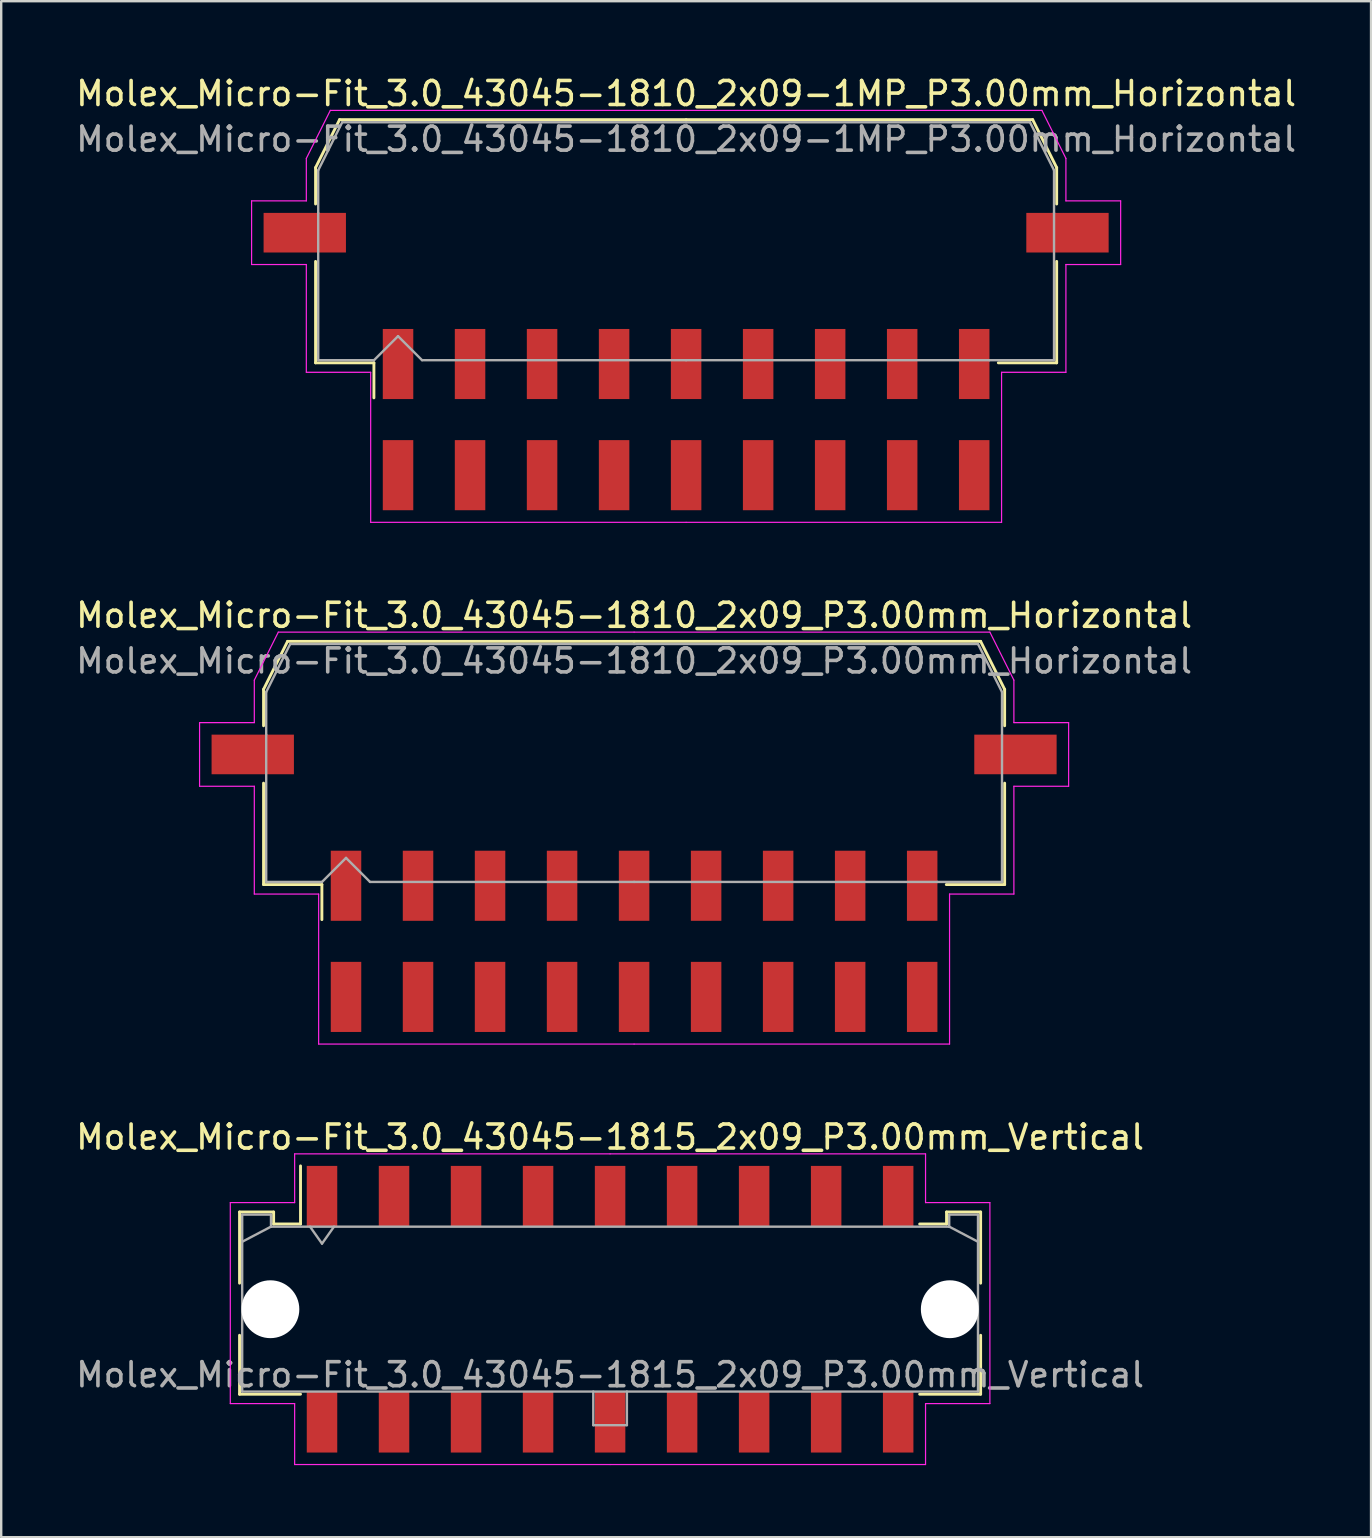
<source format=kicad_pcb>
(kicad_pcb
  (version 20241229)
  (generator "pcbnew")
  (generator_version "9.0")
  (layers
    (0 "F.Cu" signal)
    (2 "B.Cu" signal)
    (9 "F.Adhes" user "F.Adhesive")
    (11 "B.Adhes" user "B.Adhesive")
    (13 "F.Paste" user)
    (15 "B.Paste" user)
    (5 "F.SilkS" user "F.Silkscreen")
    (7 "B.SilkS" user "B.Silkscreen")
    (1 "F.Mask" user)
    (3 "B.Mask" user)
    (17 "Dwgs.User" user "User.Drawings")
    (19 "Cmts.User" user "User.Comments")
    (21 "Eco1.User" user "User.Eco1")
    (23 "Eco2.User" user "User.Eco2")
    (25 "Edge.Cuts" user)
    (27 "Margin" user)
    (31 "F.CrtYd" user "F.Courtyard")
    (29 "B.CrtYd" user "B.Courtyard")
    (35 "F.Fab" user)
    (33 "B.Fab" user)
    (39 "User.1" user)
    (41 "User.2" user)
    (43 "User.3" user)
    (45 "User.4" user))
  (footprint "Molex_Micro-Fit_3.0_43045-1810_2x09-1MP_P3.00mm_Horizontal"
    (layer "F.Cu")
    (at 25.53 14.428)
    (property "Reference" "Molex_Micro-Fit_3.0_43045-1810_2x09-1MP_P3.00mm_Horizontal" (at 0 -13.58 0) (layer "F.SilkS") (effects (font (size 1 1) (thickness 0.15))))
    (attr smd)
    (fp_line (start -15.435 -10.495) (end -15.435 -8.98) (stroke (width 0.12) (type solid)) (layer "F.SilkS"))
    (fp_line (start -15.435 -6.59) (end -15.435 -2.365) (stroke (width 0.12) (type solid)) (layer "F.SilkS"))
    (fp_line (start -15.435 -2.365) (end -13.005 -2.365) (stroke (width 0.12) (type solid)) (layer "F.SilkS"))
    (fp_line (start -14.435 -12.495) (end -15.435 -10.495) (stroke (width 0.12) (type solid)) (layer "F.SilkS"))
    (fp_line (start -13.005 -2.365) (end -13.005 -0.905) (stroke (width 0.12) (type solid)) (layer "F.SilkS"))
    (fp_line (start 0 -12.495) (end -14.435 -12.495) (stroke (width 0.12) (type solid)) (layer "F.SilkS"))
    (fp_line (start 0 -12.495) (end 14.435 -12.495) (stroke (width 0.12) (type solid)) (layer "F.SilkS"))
    (fp_line (start 14.435 -12.495) (end 15.435 -10.495) (stroke (width 0.12) (type solid)) (layer "F.SilkS"))
    (fp_line (start 15.435 -10.495) (end 15.435 -8.98) (stroke (width 0.12) (type solid)) (layer "F.SilkS"))
    (fp_line (start 15.435 -6.59) (end 15.435 -2.365) (stroke (width 0.12) (type solid)) (layer "F.SilkS"))
    (fp_line (start 15.435 -2.365) (end 13.005 -2.365) (stroke (width 0.12) (type solid)) (layer "F.SilkS"))
    (fp_line (start -18.1 -9.11) (end -18.1 -6.46) (stroke (width 0.05) (type solid)) (layer "F.CrtYd"))
    (fp_line (start -18.1 -6.46) (end -15.82 -6.46) (stroke (width 0.05) (type solid)) (layer "F.CrtYd"))
    (fp_line (start -15.82 -10.88) (end -15.82 -9.11) (stroke (width 0.05) (type solid)) (layer "F.CrtYd"))
    (fp_line (start -15.82 -9.11) (end -18.1 -9.11) (stroke (width 0.05) (type solid)) (layer "F.CrtYd"))
    (fp_line (start -15.82 -6.46) (end -15.82 -1.97) (stroke (width 0.05) (type solid)) (layer "F.CrtYd"))
    (fp_line (start -15.82 -1.97) (end -13.14 -1.97) (stroke (width 0.05) (type solid)) (layer "F.CrtYd"))
    (fp_line (start -14.82 -12.88) (end -15.82 -10.88) (stroke (width 0.05) (type solid)) (layer "F.CrtYd"))
    (fp_line (start -13.14 -1.97) (end -13.14 4.28) (stroke (width 0.05) (type solid)) (layer "F.CrtYd"))
    (fp_line (start -13.14 4.28) (end 0 4.28) (stroke (width 0.05) (type solid)) (layer "F.CrtYd"))
    (fp_line (start 0 -12.88) (end -14.82 -12.88) (stroke (width 0.05) (type solid)) (layer "F.CrtYd"))
    (fp_line (start 0 -12.88) (end 14.82 -12.88) (stroke (width 0.05) (type solid)) (layer "F.CrtYd"))
    (fp_line (start 13.14 -1.97) (end 13.14 4.28) (stroke (width 0.05) (type solid)) (layer "F.CrtYd"))
    (fp_line (start 13.14 4.28) (end 0 4.28) (stroke (width 0.05) (type solid)) (layer "F.CrtYd"))
    (fp_line (start 14.82 -12.88) (end 15.82 -10.88) (stroke (width 0.05) (type solid)) (layer "F.CrtYd"))
    (fp_line (start 15.82 -10.88) (end 15.82 -9.11) (stroke (width 0.05) (type solid)) (layer "F.CrtYd"))
    (fp_line (start 15.82 -9.11) (end 18.1 -9.11) (stroke (width 0.05) (type solid)) (layer "F.CrtYd"))
    (fp_line (start 15.82 -6.46) (end 15.82 -1.97) (stroke (width 0.05) (type solid)) (layer "F.CrtYd"))
    (fp_line (start 15.82 -1.97) (end 13.14 -1.97) (stroke (width 0.05) (type solid)) (layer "F.CrtYd"))
    (fp_line (start 18.1 -9.11) (end 18.1 -6.46) (stroke (width 0.05) (type solid)) (layer "F.CrtYd"))
    (fp_line (start 18.1 -6.46) (end 15.82 -6.46) (stroke (width 0.05) (type solid)) (layer "F.CrtYd"))
    (fp_line (start -15.325 -10.385) (end -15.325 -8.61) (stroke (width 0.1) (type solid)) (layer "F.Fab"))
    (fp_line (start -15.325 -8.61) (end -15.325 -2.475) (stroke (width 0.1) (type solid)) (layer "F.Fab"))
    (fp_line (start -15.325 -2.475) (end -13 -2.475) (stroke (width 0.1) (type solid)) (layer "F.Fab"))
    (fp_line (start -14.325 -12.385) (end -15.325 -10.385) (stroke (width 0.1) (type solid)) (layer "F.Fab"))
    (fp_line (start -13 -2.475) (end -12 -3.475) (stroke (width 0.1) (type solid)) (layer "F.Fab"))
    (fp_line (start -12 -3.475) (end -11 -2.475) (stroke (width 0.1) (type solid)) (layer "F.Fab"))
    (fp_line (start -11 -2.475) (end 0 -2.475) (stroke (width 0.1) (type solid)) (layer "F.Fab"))
    (fp_line (start 0 -12.385) (end -14.325 -12.385) (stroke (width 0.1) (type solid)) (layer "F.Fab"))
    (fp_line (start 0 -12.385) (end 14.325 -12.385) (stroke (width 0.1) (type solid)) (layer "F.Fab"))
    (fp_line (start 12.635 -2.475) (end 0 -2.475) (stroke (width 0.1) (type solid)) (layer "F.Fab"))
    (fp_line (start 14.325 -12.385) (end 15.325 -10.385) (stroke (width 0.1) (type solid)) (layer "F.Fab"))
    (fp_line (start 15.325 -10.385) (end 15.325 -8.61) (stroke (width 0.1) (type solid)) (layer "F.Fab"))
    (fp_line (start 15.325 -8.61) (end 15.325 -2.475) (stroke (width 0.1) (type solid)) (layer "F.Fab"))
    (fp_line (start 15.325 -2.475) (end 12.635 -2.475) (stroke (width 0.1) (type solid)) (layer "F.Fab"))
    (fp_text user "${REFERENCE}" (at 0 -11.68 0) (layer "F.Fab") (effects (font (size 1 1) (thickness 0.15))))
    (pad "1" smd rect (at -12 -2.315) (size 1.27 2.92) (layers "F.Cu" "F.Mask" "F.Paste"))
    (pad "2" smd rect (at -9 -2.315) (size 1.27 2.92) (layers "F.Cu" "F.Mask" "F.Paste"))
    (pad "3" smd rect (at -6 -2.315) (size 1.27 2.92) (layers "F.Cu" "F.Mask" "F.Paste"))
    (pad "4" smd rect (at -3 -2.315) (size 1.27 2.92) (layers "F.Cu" "F.Mask" "F.Paste"))
    (pad "5" smd rect (at 0 -2.315) (size 1.27 2.92) (layers "F.Cu" "F.Mask" "F.Paste"))
    (pad "6" smd rect (at 3 -2.315) (size 1.27 2.92) (layers "F.Cu" "F.Mask" "F.Paste"))
    (pad "7" smd rect (at 6 -2.315) (size 1.27 2.92) (layers "F.Cu" "F.Mask" "F.Paste"))
    (pad "8" smd rect (at 9 -2.315) (size 1.27 2.92) (layers "F.Cu" "F.Mask" "F.Paste"))
    (pad "9" smd rect (at 12 -2.315) (size 1.27 2.92) (layers "F.Cu" "F.Mask" "F.Paste"))
    (pad "10" smd rect (at -12 2.315) (size 1.27 2.92) (layers "F.Cu" "F.Mask" "F.Paste"))
    (pad "11" smd rect (at -9 2.315) (size 1.27 2.92) (layers "F.Cu" "F.Mask" "F.Paste"))
    (pad "12" smd rect (at -6 2.315) (size 1.27 2.92) (layers "F.Cu" "F.Mask" "F.Paste"))
    (pad "13" smd rect (at -3 2.315) (size 1.27 2.92) (layers "F.Cu" "F.Mask" "F.Paste"))
    (pad "14" smd rect (at 0 2.315) (size 1.27 2.92) (layers "F.Cu" "F.Mask" "F.Paste"))
    (pad "15" smd rect (at 3 2.315) (size 1.27 2.92) (layers "F.Cu" "F.Mask" "F.Paste"))
    (pad "16" smd rect (at 6 2.315) (size 1.27 2.92) (layers "F.Cu" "F.Mask" "F.Paste"))
    (pad "17" smd rect (at 9 2.315) (size 1.27 2.92) (layers "F.Cu" "F.Mask" "F.Paste"))
    (pad "18" smd rect (at 12 2.315) (size 1.27 2.92) (layers "F.Cu" "F.Mask" "F.Paste"))
    (pad "MP" smd rect (at -15.885 -7.785) (size 3.43 1.65) (layers "F.Cu" "F.Mask" "F.Paste"))
    (pad "MP" smd rect (at 15.885 -7.785) (size 3.43 1.65) (layers "F.Cu" "F.Mask" "F.Paste")))
  (footprint "Molex_Micro-Fit_3.0_43045-1815_2x09_P3.00mm_Vertical"
    (layer "F.Cu")
    (at 22.363 51.485)
    (property "Reference" "Molex_Micro-Fit_3.0_43045-1815_2x09_P3.00mm_Vertical" (at 0 -7.17 0) (layer "F.SilkS") (effects (font (size 1 1) (thickness 0.15))))
    (attr smd)
    (fp_line (start -15.435 -4.05) (end -14.015 -4.05) (stroke (width 0.12) (type solid)) (layer "F.SilkS"))
    (fp_line (start -15.435 -1.085) (end -15.435 -4.05) (stroke (width 0.12) (type solid)) (layer "F.SilkS"))
    (fp_line (start -15.435 1.085) (end -15.435 3.54) (stroke (width 0.12) (type solid)) (layer "F.SilkS"))
    (fp_line (start -15.435 3.54) (end -12.895 3.54) (stroke (width 0.12) (type solid)) (layer "F.SilkS"))
    (fp_line (start -14.015 -4.05) (end -14.015 -3.55) (stroke (width 0.12) (type solid)) (layer "F.SilkS"))
    (fp_line (start -14.015 -3.55) (end -12.895 -3.55) (stroke (width 0.12) (type solid)) (layer "F.SilkS"))
    (fp_line (start -12.895 -3.55) (end -12.895 -5.97) (stroke (width 0.12) (type solid)) (layer "F.SilkS"))
    (fp_line (start 14.015 -4.05) (end 14.015 -3.55) (stroke (width 0.12) (type solid)) (layer "F.SilkS"))
    (fp_line (start 14.015 -3.55) (end 12.895 -3.55) (stroke (width 0.12) (type solid)) (layer "F.SilkS"))
    (fp_line (start 15.435 -4.05) (end 14.015 -4.05) (stroke (width 0.12) (type solid)) (layer "F.SilkS"))
    (fp_line (start 15.435 -1.085) (end 15.435 -4.05) (stroke (width 0.12) (type solid)) (layer "F.SilkS"))
    (fp_line (start 15.435 1.085) (end 15.435 3.54) (stroke (width 0.12) (type solid)) (layer "F.SilkS"))
    (fp_line (start 15.435 3.54) (end 12.895 3.54) (stroke (width 0.12) (type solid)) (layer "F.SilkS"))
    (fp_line (start -15.82 -4.44) (end -15.82 3.93) (stroke (width 0.05) (type solid)) (layer "F.CrtYd"))
    (fp_line (start -15.82 3.93) (end -13.14 3.93) (stroke (width 0.05) (type solid)) (layer "F.CrtYd"))
    (fp_line (start -13.14 -6.47) (end -13.14 -4.44) (stroke (width 0.05) (type solid)) (layer "F.CrtYd"))
    (fp_line (start -13.14 -4.44) (end -15.82 -4.44) (stroke (width 0.05) (type solid)) (layer "F.CrtYd"))
    (fp_line (start -13.14 3.93) (end -13.14 6.47) (stroke (width 0.05) (type solid)) (layer "F.CrtYd"))
    (fp_line (start -13.14 6.47) (end 0 6.47) (stroke (width 0.05) (type solid)) (layer "F.CrtYd"))
    (fp_line (start 0 -6.47) (end -13.14 -6.47) (stroke (width 0.05) (type solid)) (layer "F.CrtYd"))
    (fp_line (start 0 -6.47) (end 13.14 -6.47) (stroke (width 0.05) (type solid)) (layer "F.CrtYd"))
    (fp_line (start 13.14 -6.47) (end 13.14 -4.44) (stroke (width 0.05) (type solid)) (layer "F.CrtYd"))
    (fp_line (start 13.14 -4.44) (end 15.82 -4.44) (stroke (width 0.05) (type solid)) (layer "F.CrtYd"))
    (fp_line (start 13.14 3.93) (end 13.14 6.47) (stroke (width 0.05) (type solid)) (layer "F.CrtYd"))
    (fp_line (start 13.14 6.47) (end 0 6.47) (stroke (width 0.05) (type solid)) (layer "F.CrtYd"))
    (fp_line (start 15.82 -4.44) (end 15.82 3.93) (stroke (width 0.05) (type solid)) (layer "F.CrtYd"))
    (fp_line (start 15.82 3.93) (end 13.14 3.93) (stroke (width 0.05) (type solid)) (layer "F.CrtYd"))
    (fp_line (start -15.325 -3.94) (end -15.325 3.43) (stroke (width 0.1) (type solid)) (layer "F.Fab"))
    (fp_line (start -15.325 -2.81) (end -14.125 -3.44) (stroke (width 0.1) (type solid)) (layer "F.Fab"))
    (fp_line (start -15.325 3.43) (end 15.325 3.43) (stroke (width 0.1) (type solid)) (layer "F.Fab"))
    (fp_line (start -14.125 -3.94) (end -15.325 -3.94) (stroke (width 0.1) (type solid)) (layer "F.Fab"))
    (fp_line (start -14.125 -3.44) (end -14.125 -3.94) (stroke (width 0.1) (type solid)) (layer "F.Fab"))
    (fp_line (start -12.5 -3.44) (end -12 -2.733) (stroke (width 0.1) (type solid)) (layer "F.Fab"))
    (fp_line (start -12 -2.733) (end -11.5 -3.44) (stroke (width 0.1) (type solid)) (layer "F.Fab"))
    (fp_line (start -0.7 3.43) (end -0.7 4.83) (stroke (width 0.1) (type solid)) (layer "F.Fab"))
    (fp_line (start -0.7 4.83) (end 0.7 4.83) (stroke (width 0.1) (type solid)) (layer "F.Fab"))
    (fp_line (start 0.7 4.83) (end 0.7 3.43) (stroke (width 0.1) (type solid)) (layer "F.Fab"))
    (fp_line (start 14.125 -3.94) (end 14.125 -3.44) (stroke (width 0.1) (type solid)) (layer "F.Fab"))
    (fp_line (start 14.125 -3.44) (end -14.125 -3.44) (stroke (width 0.1) (type solid)) (layer "F.Fab"))
    (fp_line (start 15.325 -3.94) (end 14.125 -3.94) (stroke (width 0.1) (type solid)) (layer "F.Fab"))
    (fp_line (start 15.325 -2.81) (end 14.125 -3.44) (stroke (width 0.1) (type solid)) (layer "F.Fab"))
    (fp_line (start 15.325 3.43) (end 15.325 -3.94) (stroke (width 0.1) (type solid)) (layer "F.Fab"))
    (fp_text user "${REFERENCE}" (at 0 2.73 0) (layer "F.Fab") (effects (font (size 1 1) (thickness 0.15))))
    (pad "" np_thru_hole circle (at -14.15 0) (size 2.41 2.41) (drill 2.41) (layers "*.Cu" "*.Mask"))
    (pad "" np_thru_hole circle (at 14.15 0) (size 2.41 2.41) (drill 2.41) (layers "*.Cu" "*.Mask"))
    (pad "1" smd rect (at -12 -4.7) (size 1.27 2.54) (layers "F.Cu" "F.Mask" "F.Paste"))
    (pad "2" smd rect (at -9 -4.7) (size 1.27 2.54) (layers "F.Cu" "F.Mask" "F.Paste"))
    (pad "3" smd rect (at -6 -4.7) (size 1.27 2.54) (layers "F.Cu" "F.Mask" "F.Paste"))
    (pad "4" smd rect (at -3 -4.7) (size 1.27 2.54) (layers "F.Cu" "F.Mask" "F.Paste"))
    (pad "5" smd rect (at 0 -4.7) (size 1.27 2.54) (layers "F.Cu" "F.Mask" "F.Paste"))
    (pad "6" smd rect (at 3 -4.7) (size 1.27 2.54) (layers "F.Cu" "F.Mask" "F.Paste"))
    (pad "7" smd rect (at 6 -4.7) (size 1.27 2.54) (layers "F.Cu" "F.Mask" "F.Paste"))
    (pad "8" smd rect (at 9 -4.7) (size 1.27 2.54) (layers "F.Cu" "F.Mask" "F.Paste"))
    (pad "9" smd rect (at 12 -4.7) (size 1.27 2.54) (layers "F.Cu" "F.Mask" "F.Paste"))
    (pad "10" smd rect (at -12 4.7) (size 1.27 2.54) (layers "F.Cu" "F.Mask" "F.Paste"))
    (pad "11" smd rect (at -9 4.7) (size 1.27 2.54) (layers "F.Cu" "F.Mask" "F.Paste"))
    (pad "12" smd rect (at -6 4.7) (size 1.27 2.54) (layers "F.Cu" "F.Mask" "F.Paste"))
    (pad "13" smd rect (at -3 4.7) (size 1.27 2.54) (layers "F.Cu" "F.Mask" "F.Paste"))
    (pad "14" smd rect (at 0 4.7) (size 1.27 2.54) (layers "F.Cu" "F.Mask" "F.Paste"))
    (pad "15" smd rect (at 3 4.7) (size 1.27 2.54) (layers "F.Cu" "F.Mask" "F.Paste"))
    (pad "16" smd rect (at 6 4.7) (size 1.27 2.54) (layers "F.Cu" "F.Mask" "F.Paste"))
    (pad "17" smd rect (at 9 4.7) (size 1.27 2.54) (layers "F.Cu" "F.Mask" "F.Paste"))
    (pad "18" smd rect (at 12 4.7) (size 1.27 2.54) (layers "F.Cu" "F.Mask" "F.Paste")))
  (footprint "Molex_Micro-Fit_3.0_43045-1810_2x09_P3.00mm_Horizontal"
    (layer "F.Cu")
    (at 23.363 36.161)
    (property "Reference" "Molex_Micro-Fit_3.0_43045-1810_2x09_P3.00mm_Horizontal" (at 0 -13.58 0) (layer "F.SilkS") (effects (font (size 1 1) (thickness 0.15))))
    (attr smd)
    (fp_line (start -15.435 -10.495) (end -15.435 -8.98) (stroke (width 0.12) (type solid)) (layer "F.SilkS"))
    (fp_line (start -15.435 -6.59) (end -15.435 -2.365) (stroke (width 0.12) (type solid)) (layer "F.SilkS"))
    (fp_line (start -15.435 -2.365) (end -13.005 -2.365) (stroke (width 0.12) (type solid)) (layer "F.SilkS"))
    (fp_line (start -14.435 -12.495) (end -15.435 -10.495) (stroke (width 0.12) (type solid)) (layer "F.SilkS"))
    (fp_line (start -13.005 -2.365) (end -13.005 -0.905) (stroke (width 0.12) (type solid)) (layer "F.SilkS"))
    (fp_line (start 0 -12.495) (end -14.435 -12.495) (stroke (width 0.12) (type solid)) (layer "F.SilkS"))
    (fp_line (start 0 -12.495) (end 14.435 -12.495) (stroke (width 0.12) (type solid)) (layer "F.SilkS"))
    (fp_line (start 14.435 -12.495) (end 15.435 -10.495) (stroke (width 0.12) (type solid)) (layer "F.SilkS"))
    (fp_line (start 15.435 -10.495) (end 15.435 -8.98) (stroke (width 0.12) (type solid)) (layer "F.SilkS"))
    (fp_line (start 15.435 -6.59) (end 15.435 -2.365) (stroke (width 0.12) (type solid)) (layer "F.SilkS"))
    (fp_line (start 15.435 -2.365) (end 13.005 -2.365) (stroke (width 0.12) (type solid)) (layer "F.SilkS"))
    (fp_line (start -18.1 -9.11) (end -18.1 -6.46) (stroke (width 0.05) (type solid)) (layer "F.CrtYd"))
    (fp_line (start -18.1 -6.46) (end -15.82 -6.46) (stroke (width 0.05) (type solid)) (layer "F.CrtYd"))
    (fp_line (start -15.82 -10.88) (end -15.82 -9.11) (stroke (width 0.05) (type solid)) (layer "F.CrtYd"))
    (fp_line (start -15.82 -9.11) (end -18.1 -9.11) (stroke (width 0.05) (type solid)) (layer "F.CrtYd"))
    (fp_line (start -15.82 -6.46) (end -15.82 -1.97) (stroke (width 0.05) (type solid)) (layer "F.CrtYd"))
    (fp_line (start -15.82 -1.97) (end -13.14 -1.97) (stroke (width 0.05) (type solid)) (layer "F.CrtYd"))
    (fp_line (start -14.82 -12.88) (end -15.82 -10.88) (stroke (width 0.05) (type solid)) (layer "F.CrtYd"))
    (fp_line (start -13.14 -1.97) (end -13.14 4.28) (stroke (width 0.05) (type solid)) (layer "F.CrtYd"))
    (fp_line (start -13.14 4.28) (end 0 4.28) (stroke (width 0.05) (type solid)) (layer "F.CrtYd"))
    (fp_line (start 0 -12.88) (end -14.82 -12.88) (stroke (width 0.05) (type solid)) (layer "F.CrtYd"))
    (fp_line (start 0 -12.88) (end 14.82 -12.88) (stroke (width 0.05) (type solid)) (layer "F.CrtYd"))
    (fp_line (start 13.14 -1.97) (end 13.14 4.28) (stroke (width 0.05) (type solid)) (layer "F.CrtYd"))
    (fp_line (start 13.14 4.28) (end 0 4.28) (stroke (width 0.05) (type solid)) (layer "F.CrtYd"))
    (fp_line (start 14.82 -12.88) (end 15.82 -10.88) (stroke (width 0.05) (type solid)) (layer "F.CrtYd"))
    (fp_line (start 15.82 -10.88) (end 15.82 -9.11) (stroke (width 0.05) (type solid)) (layer "F.CrtYd"))
    (fp_line (start 15.82 -9.11) (end 18.1 -9.11) (stroke (width 0.05) (type solid)) (layer "F.CrtYd"))
    (fp_line (start 15.82 -6.46) (end 15.82 -1.97) (stroke (width 0.05) (type solid)) (layer "F.CrtYd"))
    (fp_line (start 15.82 -1.97) (end 13.14 -1.97) (stroke (width 0.05) (type solid)) (layer "F.CrtYd"))
    (fp_line (start 18.1 -9.11) (end 18.1 -6.46) (stroke (width 0.05) (type solid)) (layer "F.CrtYd"))
    (fp_line (start 18.1 -6.46) (end 15.82 -6.46) (stroke (width 0.05) (type solid)) (layer "F.CrtYd"))
    (fp_line (start -15.325 -10.385) (end -15.325 -8.61) (stroke (width 0.1) (type solid)) (layer "F.Fab"))
    (fp_line (start -15.325 -8.61) (end -15.325 -2.475) (stroke (width 0.1) (type solid)) (layer "F.Fab"))
    (fp_line (start -15.325 -2.475) (end -13 -2.475) (stroke (width 0.1) (type solid)) (layer "F.Fab"))
    (fp_line (start -14.325 -12.385) (end -15.325 -10.385) (stroke (width 0.1) (type solid)) (layer "F.Fab"))
    (fp_line (start -13 -2.475) (end -12 -3.475) (stroke (width 0.1) (type solid)) (layer "F.Fab"))
    (fp_line (start -12 -3.475) (end -11 -2.475) (stroke (width 0.1) (type solid)) (layer "F.Fab"))
    (fp_line (start -11 -2.475) (end 0 -2.475) (stroke (width 0.1) (type solid)) (layer "F.Fab"))
    (fp_line (start 0 -12.385) (end -14.325 -12.385) (stroke (width 0.1) (type solid)) (layer "F.Fab"))
    (fp_line (start 0 -12.385) (end 14.325 -12.385) (stroke (width 0.1) (type solid)) (layer "F.Fab"))
    (fp_line (start 12.635 -2.475) (end 0 -2.475) (stroke (width 0.1) (type solid)) (layer "F.Fab"))
    (fp_line (start 14.325 -12.385) (end 15.325 -10.385) (stroke (width 0.1) (type solid)) (layer "F.Fab"))
    (fp_line (start 15.325 -10.385) (end 15.325 -8.61) (stroke (width 0.1) (type solid)) (layer "F.Fab"))
    (fp_line (start 15.325 -8.61) (end 15.325 -2.475) (stroke (width 0.1) (type solid)) (layer "F.Fab"))
    (fp_line (start 15.325 -2.475) (end 12.635 -2.475) (stroke (width 0.1) (type solid)) (layer "F.Fab"))
    (fp_text user "${REFERENCE}" (at 0 -11.68 0) (layer "F.Fab") (effects (font (size 1 1) (thickness 0.15))))
    (pad "" smd rect (at -15.885 -7.785) (size 3.43 1.65) (layers "F.Cu" "F.Mask" "F.Paste"))
    (pad "" smd rect (at 15.885 -7.785) (size 3.43 1.65) (layers "F.Cu" "F.Mask" "F.Paste"))
    (pad "1" smd rect (at -12 -2.315) (size 1.27 2.92) (layers "F.Cu" "F.Mask" "F.Paste"))
    (pad "2" smd rect (at -9 -2.315) (size 1.27 2.92) (layers "F.Cu" "F.Mask" "F.Paste"))
    (pad "3" smd rect (at -6 -2.315) (size 1.27 2.92) (layers "F.Cu" "F.Mask" "F.Paste"))
    (pad "4" smd rect (at -3 -2.315) (size 1.27 2.92) (layers "F.Cu" "F.Mask" "F.Paste"))
    (pad "5" smd rect (at 0 -2.315) (size 1.27 2.92) (layers "F.Cu" "F.Mask" "F.Paste"))
    (pad "6" smd rect (at 3 -2.315) (size 1.27 2.92) (layers "F.Cu" "F.Mask" "F.Paste"))
    (pad "7" smd rect (at 6 -2.315) (size 1.27 2.92) (layers "F.Cu" "F.Mask" "F.Paste"))
    (pad "8" smd rect (at 9 -2.315) (size 1.27 2.92) (layers "F.Cu" "F.Mask" "F.Paste"))
    (pad "9" smd rect (at 12 -2.315) (size 1.27 2.92) (layers "F.Cu" "F.Mask" "F.Paste"))
    (pad "10" smd rect (at -12 2.315) (size 1.27 2.92) (layers "F.Cu" "F.Mask" "F.Paste"))
    (pad "11" smd rect (at -9 2.315) (size 1.27 2.92) (layers "F.Cu" "F.Mask" "F.Paste"))
    (pad "12" smd rect (at -6 2.315) (size 1.27 2.92) (layers "F.Cu" "F.Mask" "F.Paste"))
    (pad "13" smd rect (at -3 2.315) (size 1.27 2.92) (layers "F.Cu" "F.Mask" "F.Paste"))
    (pad "14" smd rect (at 0 2.315) (size 1.27 2.92) (layers "F.Cu" "F.Mask" "F.Paste"))
    (pad "15" smd rect (at 3 2.315) (size 1.27 2.92) (layers "F.Cu" "F.Mask" "F.Paste"))
    (pad "16" smd rect (at 6 2.315) (size 1.27 2.92) (layers "F.Cu" "F.Mask" "F.Paste"))
    (pad "17" smd rect (at 9 2.315) (size 1.27 2.92) (layers "F.Cu" "F.Mask" "F.Paste"))
    (pad "18" smd rect (at 12 2.315) (size 1.27 2.92) (layers "F.Cu" "F.Mask" "F.Paste")))
  (gr_rect
    (start -3 -3)
    (end 54.06 60.98)
    (stroke (width 0.1) (type default))
    (fill no)
    (layer "Edge.Cuts")))
</source>
